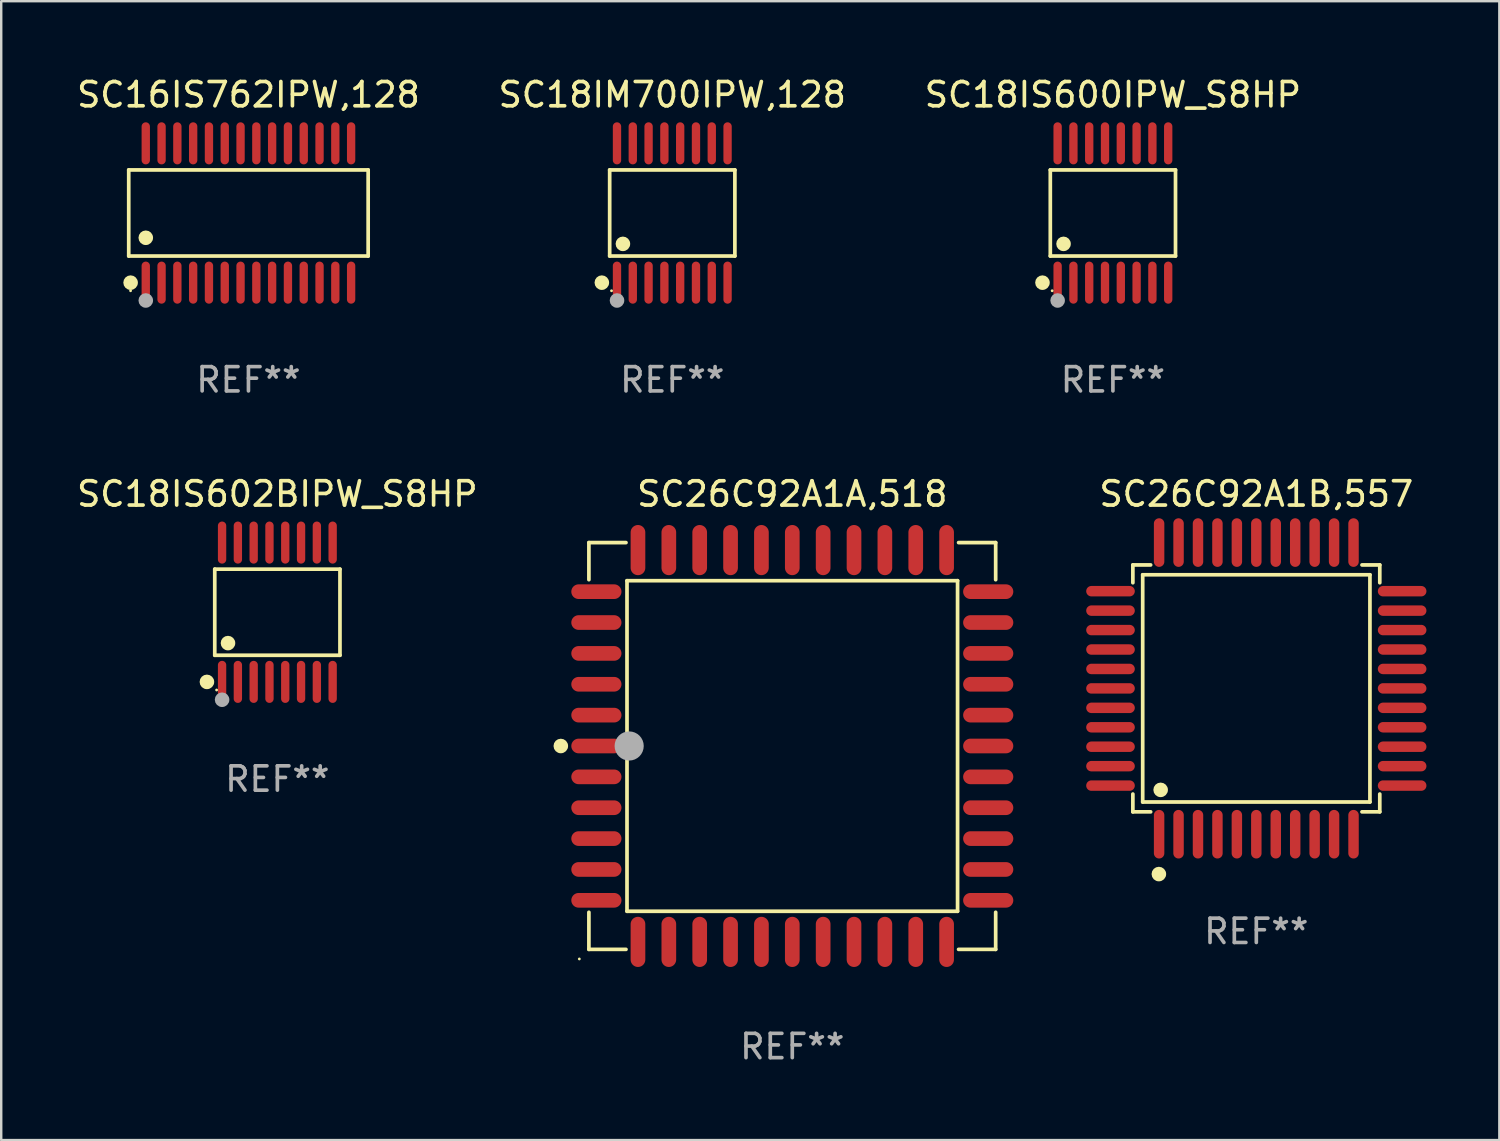
<source format=kicad_pcb>
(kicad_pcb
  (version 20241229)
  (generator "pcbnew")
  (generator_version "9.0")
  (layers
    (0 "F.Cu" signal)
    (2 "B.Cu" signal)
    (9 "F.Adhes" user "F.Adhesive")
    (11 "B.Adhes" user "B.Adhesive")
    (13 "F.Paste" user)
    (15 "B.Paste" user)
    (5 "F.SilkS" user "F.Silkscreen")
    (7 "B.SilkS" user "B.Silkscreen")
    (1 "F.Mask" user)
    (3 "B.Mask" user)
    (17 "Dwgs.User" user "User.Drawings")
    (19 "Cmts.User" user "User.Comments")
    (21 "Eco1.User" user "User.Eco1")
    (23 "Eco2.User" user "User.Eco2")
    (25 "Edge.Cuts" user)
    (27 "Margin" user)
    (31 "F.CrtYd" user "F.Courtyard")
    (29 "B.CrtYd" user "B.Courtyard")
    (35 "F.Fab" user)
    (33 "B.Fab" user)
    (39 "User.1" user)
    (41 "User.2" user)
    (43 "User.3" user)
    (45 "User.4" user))
  (footprint "SC26C92A1B,557"
    (layer "F.Cu")
    (at 48.645 25.276)
    (property "Reference" "SC26C92A1B,557" (at 0 -8 0) (layer "F.SilkS") (effects (font (size 1 1) (thickness 0.15))))
    (attr through_hole)
    (fp_line (start -5.08 -5.08) (end -4.348 -5.08) (stroke (width 0.152) (type solid)) (layer "F.SilkS"))
    (fp_line (start -5.08 -4.348) (end -5.08 -5.08) (stroke (width 0.152) (type solid)) (layer "F.SilkS"))
    (fp_line (start -5.08 4.348) (end -5.08 5.08) (stroke (width 0.152) (type solid)) (layer "F.SilkS"))
    (fp_line (start -5.08 5.08) (end -4.348 5.08) (stroke (width 0.152) (type solid)) (layer "F.SilkS"))
    (fp_line (start -4.675 -4.675) (end 4.675 -4.675) (stroke (width 0.152) (type solid)) (layer "F.SilkS"))
    (fp_line (start -4.675 4.675) (end -4.675 -4.675) (stroke (width 0.152) (type solid)) (layer "F.SilkS"))
    (fp_line (start 4.675 -4.675) (end 4.675 4.675) (stroke (width 0.152) (type solid)) (layer "F.SilkS"))
    (fp_line (start 4.675 4.675) (end -4.675 4.675) (stroke (width 0.152) (type solid)) (layer "F.SilkS"))
    (fp_line (start 5.08 -5.08) (end 4.348 -5.08) (stroke (width 0.152) (type solid)) (layer "F.SilkS"))
    (fp_line (start 5.08 -4.348) (end 5.08 -5.08) (stroke (width 0.152) (type solid)) (layer "F.SilkS"))
    (fp_line (start 5.08 4.348) (end 5.08 5.08) (stroke (width 0.152) (type solid)) (layer "F.SilkS"))
    (fp_line (start 5.08 5.08) (end 4.348 5.08) (stroke (width 0.152) (type solid)) (layer "F.SilkS"))
    (fp_circle (center -4.01 7.64) (end -3.86 7.64) (stroke (width 0.3) (type solid)) (fill no) (layer "F.SilkS"))
    (fp_circle (center -3.937 4.175) (end -3.787 4.175) (stroke (width 0.3) (type solid)) (fill no) (layer "F.SilkS"))
    (fp_text user "REF**" (at 0 10 0) (layer "F.Fab") (effects (font (size 1 1) (thickness 0.15))))
    (pad "1" smd oval (at -4 6) (size 0.43 2) (layers "F.Cu" "F.Mask" "F.Paste"))
    (pad "2" smd oval (at -3.2 6) (size 0.43 2) (layers "F.Cu" "F.Mask" "F.Paste"))
    (pad "3" smd oval (at -2.4 6) (size 0.43 2) (layers "F.Cu" "F.Mask" "F.Paste"))
    (pad "4" smd oval (at -1.6 6) (size 0.43 2) (layers "F.Cu" "F.Mask" "F.Paste"))
    (pad "5" smd oval (at -0.8 6) (size 0.43 2) (layers "F.Cu" "F.Mask" "F.Paste"))
    (pad "6" smd oval (at 0 6) (size 0.43 2) (layers "F.Cu" "F.Mask" "F.Paste"))
    (pad "7" smd oval (at 0.8 6) (size 0.43 2) (layers "F.Cu" "F.Mask" "F.Paste"))
    (pad "8" smd oval (at 1.6 6) (size 0.43 2) (layers "F.Cu" "F.Mask" "F.Paste"))
    (pad "9" smd oval (at 2.4 6) (size 0.43 2) (layers "F.Cu" "F.Mask" "F.Paste"))
    (pad "10" smd oval (at 3.2 6) (size 0.43 2) (layers "F.Cu" "F.Mask" "F.Paste"))
    (pad "11" smd oval (at 4 6) (size 0.43 2) (layers "F.Cu" "F.Mask" "F.Paste"))
    (pad "12" smd oval (at 6 4) (size 2 0.43) (layers "F.Cu" "F.Mask" "F.Paste"))
    (pad "13" smd oval (at 6 3.2) (size 2 0.43) (layers "F.Cu" "F.Mask" "F.Paste"))
    (pad "14" smd oval (at 6 2.4) (size 2 0.43) (layers "F.Cu" "F.Mask" "F.Paste"))
    (pad "15" smd oval (at 6 1.6) (size 2 0.43) (layers "F.Cu" "F.Mask" "F.Paste"))
    (pad "16" smd oval (at 6 0.8) (size 2 0.43) (layers "F.Cu" "F.Mask" "F.Paste"))
    (pad "17" smd oval (at 6 0) (size 2 0.43) (layers "F.Cu" "F.Mask" "F.Paste"))
    (pad "18" smd oval (at 6 -0.8) (size 2 0.43) (layers "F.Cu" "F.Mask" "F.Paste"))
    (pad "19" smd oval (at 6 -1.6) (size 2 0.43) (layers "F.Cu" "F.Mask" "F.Paste"))
    (pad "20" smd oval (at 6 -2.4) (size 2 0.43) (layers "F.Cu" "F.Mask" "F.Paste"))
    (pad "21" smd oval (at 6 -3.2) (size 2 0.43) (layers "F.Cu" "F.Mask" "F.Paste"))
    (pad "22" smd oval (at 6 -4) (size 2 0.43) (layers "F.Cu" "F.Mask" "F.Paste"))
    (pad "23" smd oval (at 4 -6) (size 0.43 2) (layers "F.Cu" "F.Mask" "F.Paste"))
    (pad "24" smd oval (at 3.2 -6) (size 0.43 2) (layers "F.Cu" "F.Mask" "F.Paste"))
    (pad "25" smd oval (at 2.4 -6) (size 0.43 2) (layers "F.Cu" "F.Mask" "F.Paste"))
    (pad "26" smd oval (at 1.6 -6) (size 0.43 2) (layers "F.Cu" "F.Mask" "F.Paste"))
    (pad "27" smd oval (at 0.8 -6) (size 0.43 2) (layers "F.Cu" "F.Mask" "F.Paste"))
    (pad "28" smd oval (at 0 -6) (size 0.43 2) (layers "F.Cu" "F.Mask" "F.Paste"))
    (pad "29" smd oval (at -0.8 -6) (size 0.43 2) (layers "F.Cu" "F.Mask" "F.Paste"))
    (pad "30" smd oval (at -1.6 -6) (size 0.43 2) (layers "F.Cu" "F.Mask" "F.Paste"))
    (pad "31" smd oval (at -2.4 -6) (size 0.43 2) (layers "F.Cu" "F.Mask" "F.Paste"))
    (pad "32" smd oval (at -3.2 -6) (size 0.43 2) (layers "F.Cu" "F.Mask" "F.Paste"))
    (pad "33" smd oval (at -4 -6) (size 0.43 2) (layers "F.Cu" "F.Mask" "F.Paste"))
    (pad "34" smd oval (at -6 -4) (size 2 0.43) (layers "F.Cu" "F.Mask" "F.Paste"))
    (pad "35" smd oval (at -6 -3.2) (size 2 0.43) (layers "F.Cu" "F.Mask" "F.Paste"))
    (pad "36" smd oval (at -6 -2.4) (size 2 0.43) (layers "F.Cu" "F.Mask" "F.Paste"))
    (pad "37" smd oval (at -6 -1.6) (size 2 0.43) (layers "F.Cu" "F.Mask" "F.Paste"))
    (pad "38" smd oval (at -6 -0.8) (size 2 0.43) (layers "F.Cu" "F.Mask" "F.Paste"))
    (pad "39" smd oval (at -6 0) (size 2 0.43) (layers "F.Cu" "F.Mask" "F.Paste"))
    (pad "40" smd oval (at -6 0.8) (size 2 0.43) (layers "F.Cu" "F.Mask" "F.Paste"))
    (pad "41" smd oval (at -6 1.6) (size 2 0.43) (layers "F.Cu" "F.Mask" "F.Paste"))
    (pad "42" smd oval (at -6 2.4) (size 2 0.43) (layers "F.Cu" "F.Mask" "F.Paste"))
    (pad "43" smd oval (at -6 3.2) (size 2 0.43) (layers "F.Cu" "F.Mask" "F.Paste"))
    (pad "44" smd oval (at -6 4) (size 2 0.43) (layers "F.Cu" "F.Mask" "F.Paste")))
  (footprint "SC18IS602BIPW_S8HP"
    (layer "F.Cu")
    (at 8.363 22.142)
    (property "Reference" "SC18IS602BIPW_S8HP" (at 0 -4.866 0) (layer "F.SilkS") (effects (font (size 1 1) (thickness 0.15))))
    (attr through_hole)
    (fp_line (start -2.576 -1.772) (end 2.576 -1.772) (stroke (width 0.152) (type solid)) (layer "F.SilkS"))
    (fp_line (start -2.576 1.771) (end -2.576 -1.772) (stroke (width 0.152) (type solid)) (layer "F.SilkS"))
    (fp_line (start 2.576 -1.772) (end 2.576 1.771) (stroke (width 0.152) (type solid)) (layer "F.SilkS"))
    (fp_line (start 2.576 1.771) (end -2.576 1.771) (stroke (width 0.152) (type solid)) (layer "F.SilkS"))
    (fp_circle (center -2.899 2.866) (end -2.749 2.866) (stroke (width 0.3) (type solid)) (fill no) (layer "F.SilkS"))
    (fp_circle (center -2.5 3.2) (end -2.47 3.2) (stroke (width 0.06) (type solid)) (fill no) (layer "F.SilkS"))
    (fp_circle (center -2.032 1.27) (end -1.882 1.27) (stroke (width 0.3) (type solid)) (fill no) (layer "F.SilkS"))
    (fp_circle (center -2.275 3.6) (end -2.125 3.6) (stroke (width 0.3) (type solid)) (fill no) (layer "F.Fab"))
    (fp_text user "REF**" (at 0 6.866 0) (layer "F.Fab") (effects (font (size 1 1) (thickness 0.15))))
    (pad "1" smd oval (at -2.275 2.866) (size 0.343 1.731) (layers "F.Cu" "F.Mask" "F.Paste"))
    (pad "2" smd oval (at -1.625 2.866) (size 0.343 1.731) (layers "F.Cu" "F.Mask" "F.Paste"))
    (pad "3" smd oval (at -0.975 2.866) (size 0.343 1.731) (layers "F.Cu" "F.Mask" "F.Paste"))
    (pad "4" smd oval (at -0.325 2.866) (size 0.343 1.731) (layers "F.Cu" "F.Mask" "F.Paste"))
    (pad "5" smd oval (at 0.325 2.866) (size 0.343 1.731) (layers "F.Cu" "F.Mask" "F.Paste"))
    (pad "6" smd oval (at 0.975 2.866) (size 0.343 1.731) (layers "F.Cu" "F.Mask" "F.Paste"))
    (pad "7" smd oval (at 1.625 2.866) (size 0.343 1.731) (layers "F.Cu" "F.Mask" "F.Paste"))
    (pad "8" smd oval (at 2.275 2.866) (size 0.343 1.731) (layers "F.Cu" "F.Mask" "F.Paste"))
    (pad "9" smd oval (at 2.275 -2.866) (size 0.343 1.731) (layers "F.Cu" "F.Mask" "F.Paste"))
    (pad "10" smd oval (at 1.625 -2.866) (size 0.343 1.731) (layers "F.Cu" "F.Mask" "F.Paste"))
    (pad "11" smd oval (at 0.975 -2.866) (size 0.343 1.731) (layers "F.Cu" "F.Mask" "F.Paste"))
    (pad "12" smd oval (at 0.325 -2.866) (size 0.343 1.731) (layers "F.Cu" "F.Mask" "F.Paste"))
    (pad "13" smd oval (at -0.325 -2.866) (size 0.343 1.731) (layers "F.Cu" "F.Mask" "F.Paste"))
    (pad "14" smd oval (at -0.975 -2.866) (size 0.343 1.731) (layers "F.Cu" "F.Mask" "F.Paste"))
    (pad "15" smd oval (at -1.625 -2.866) (size 0.343 1.731) (layers "F.Cu" "F.Mask" "F.Paste"))
    (pad "16" smd oval (at -2.275 -2.866) (size 0.343 1.731) (layers "F.Cu" "F.Mask" "F.Paste")))
  (footprint "SC26C92A1A,518"
    (layer "F.Cu")
    (at 29.551 27.646)
    (property "Reference" "SC26C92A1A,518" (at 0 -10.369 0) (layer "F.SilkS") (effects (font (size 1 1) (thickness 0.15))))
    (attr through_hole)
    (fp_line (start -8.369 -8.369) (end -6.843 -8.369) (stroke (width 0.152) (type solid)) (layer "F.SilkS"))
    (fp_line (start -8.369 -6.843) (end -8.369 -8.369) (stroke (width 0.152) (type solid)) (layer "F.SilkS"))
    (fp_line (start -8.369 6.843) (end -8.369 8.369) (stroke (width 0.152) (type solid)) (layer "F.SilkS"))
    (fp_line (start -8.369 8.369) (end -6.843 8.369) (stroke (width 0.152) (type solid)) (layer "F.SilkS"))
    (fp_line (start -6.801 -6.801) (end 6.801 -6.801) (stroke (width 0.152) (type solid)) (layer "F.SilkS"))
    (fp_line (start -6.801 6.801) (end -6.801 -6.801) (stroke (width 0.152) (type solid)) (layer "F.SilkS"))
    (fp_line (start 6.801 -6.801) (end 6.801 6.801) (stroke (width 0.152) (type solid)) (layer "F.SilkS"))
    (fp_line (start 6.801 6.801) (end -6.801 6.801) (stroke (width 0.152) (type solid)) (layer "F.SilkS"))
    (fp_line (start 8.369 -8.369) (end 6.843 -8.369) (stroke (width 0.152) (type solid)) (layer "F.SilkS"))
    (fp_line (start 8.369 -6.843) (end 8.369 -8.369) (stroke (width 0.152) (type solid)) (layer "F.SilkS"))
    (fp_line (start 8.369 6.843) (end 8.369 8.369) (stroke (width 0.152) (type solid)) (layer "F.SilkS"))
    (fp_line (start 8.369 8.369) (end 6.843 8.369) (stroke (width 0.152) (type solid)) (layer "F.SilkS"))
    (fp_circle (center -9.525 -0.000127) (end -9.375 -0.000127) (stroke (width 0.3) (type solid)) (fill no) (layer "F.SilkS"))
    (fp_circle (center -8.763 8.763) (end -8.733 8.763) (stroke (width 0.06) (type solid)) (fill no) (layer "F.SilkS"))
    (fp_circle (center -6.712 -0.000127) (end -6.412 -0.000127) (stroke (width 0.6) (type solid)) (fill no) (layer "F.Fab"))
    (fp_text user "REF**" (at 0 12.369 0) (layer "F.Fab") (effects (font (size 1 1) (thickness 0.15))))
    (pad "1" smd oval (at -8.061 -0.000127 90) (size 0.604 2.064) (layers "F.Cu" "F.Mask" "F.Paste"))
    (pad "2" smd oval (at -8.061 1.27 90) (size 0.604 2.064) (layers "F.Cu" "F.Mask" "F.Paste"))
    (pad "3" smd oval (at -8.061 2.54 90) (size 0.604 2.064) (layers "F.Cu" "F.Mask" "F.Paste"))
    (pad "4" smd oval (at -8.061 3.81 90) (size 0.604 2.064) (layers "F.Cu" "F.Mask" "F.Paste"))
    (pad "5" smd oval (at -8.061 5.08 90) (size 0.604 2.064) (layers "F.Cu" "F.Mask" "F.Paste"))
    (pad "6" smd oval (at -8.061 6.35 90) (size 0.604 2.064) (layers "F.Cu" "F.Mask" "F.Paste"))
    (pad "7" smd oval (at -6.35 8.061 90) (size 2.064 0.604) (layers "F.Cu" "F.Mask" "F.Paste"))
    (pad "8" smd oval (at -5.08 8.061 90) (size 2.064 0.604) (layers "F.Cu" "F.Mask" "F.Paste"))
    (pad "9" smd oval (at -3.81 8.061 90) (size 2.064 0.604) (layers "F.Cu" "F.Mask" "F.Paste"))
    (pad "10" smd oval (at -2.54 8.061 90) (size 2.064 0.604) (layers "F.Cu" "F.Mask" "F.Paste"))
    (pad "11" smd oval (at -1.27 8.061 90) (size 2.064 0.604) (layers "F.Cu" "F.Mask" "F.Paste"))
    (pad "12" smd oval (at 0.000076 8.061 90) (size 2.064 0.604) (layers "F.Cu" "F.Mask" "F.Paste"))
    (pad "13" smd oval (at 1.27 8.061 90) (size 2.064 0.604) (layers "F.Cu" "F.Mask" "F.Paste"))
    (pad "14" smd oval (at 2.54 8.061 90) (size 2.064 0.604) (layers "F.Cu" "F.Mask" "F.Paste"))
    (pad "15" smd oval (at 3.81 8.061 90) (size 2.064 0.604) (layers "F.Cu" "F.Mask" "F.Paste"))
    (pad "16" smd oval (at 5.08 8.061 90) (size 2.064 0.604) (layers "F.Cu" "F.Mask" "F.Paste"))
    (pad "17" smd oval (at 6.35 8.061 90) (size 2.064 0.604) (layers "F.Cu" "F.Mask" "F.Paste"))
    (pad "18" smd oval (at 8.062 6.35 90) (size 0.604 2.064) (layers "F.Cu" "F.Mask" "F.Paste"))
    (pad "19" smd oval (at 8.062 5.08 90) (size 0.604 2.064) (layers "F.Cu" "F.Mask" "F.Paste"))
    (pad "20" smd oval (at 8.062 3.81 90) (size 0.604 2.064) (layers "F.Cu" "F.Mask" "F.Paste"))
    (pad "21" smd oval (at 8.062 2.54 90) (size 0.604 2.064) (layers "F.Cu" "F.Mask" "F.Paste"))
    (pad "22" smd oval (at 8.062 1.27 90) (size 0.604 2.064) (layers "F.Cu" "F.Mask" "F.Paste"))
    (pad "23" smd oval (at 8.062 -0.000127 90) (size 0.604 2.064) (layers "F.Cu" "F.Mask" "F.Paste"))
    (pad "24" smd oval (at 8.062 -1.27 90) (size 0.604 2.064) (layers "F.Cu" "F.Mask" "F.Paste"))
    (pad "25" smd oval (at 8.062 -2.54 90) (size 0.604 2.064) (layers "F.Cu" "F.Mask" "F.Paste"))
    (pad "26" smd oval (at 8.062 -3.81 90) (size 0.604 2.064) (layers "F.Cu" "F.Mask" "F.Paste"))
    (pad "27" smd oval (at 8.062 -5.08 90) (size 0.604 2.064) (layers "F.Cu" "F.Mask" "F.Paste"))
    (pad "28" smd oval (at 8.062 -6.35 90) (size 0.604 2.064) (layers "F.Cu" "F.Mask" "F.Paste"))
    (pad "29" smd oval (at 6.35 -8.061 90) (size 2.064 0.604) (layers "F.Cu" "F.Mask" "F.Paste"))
    (pad "30" smd oval (at 5.08 -8.061 90) (size 2.064 0.604) (layers "F.Cu" "F.Mask" "F.Paste"))
    (pad "31" smd oval (at 3.81 -8.061 90) (size 2.064 0.604) (layers "F.Cu" "F.Mask" "F.Paste"))
    (pad "32" smd oval (at 2.54 -8.061 90) (size 2.064 0.604) (layers "F.Cu" "F.Mask" "F.Paste"))
    (pad "33" smd oval (at 1.27 -8.061 90) (size 2.064 0.604) (layers "F.Cu" "F.Mask" "F.Paste"))
    (pad "34" smd oval (at 0.000076 -8.061 90) (size 2.064 0.604) (layers "F.Cu" "F.Mask" "F.Paste"))
    (pad "35" smd oval (at -1.27 -8.061 90) (size 2.064 0.604) (layers "F.Cu" "F.Mask" "F.Paste"))
    (pad "36" smd oval (at -2.54 -8.061 90) (size 2.064 0.604) (layers "F.Cu" "F.Mask" "F.Paste"))
    (pad "37" smd oval (at -3.81 -8.061 90) (size 2.064 0.604) (layers "F.Cu" "F.Mask" "F.Paste"))
    (pad "38" smd oval (at -5.08 -8.061 90) (size 2.064 0.604) (layers "F.Cu" "F.Mask" "F.Paste"))
    (pad "39" smd oval (at -6.35 -8.061 90) (size 2.064 0.604) (layers "F.Cu" "F.Mask" "F.Paste"))
    (pad "40" smd oval (at -8.061 -6.35 90) (size 0.604 2.064) (layers "F.Cu" "F.Mask" "F.Paste"))
    (pad "41" smd oval (at -8.061 -5.08 90) (size 0.604 2.064) (layers "F.Cu" "F.Mask" "F.Paste"))
    (pad "42" smd oval (at -8.061 -3.81 90) (size 0.604 2.064) (layers "F.Cu" "F.Mask" "F.Paste"))
    (pad "43" smd oval (at -8.061 -2.54 90) (size 0.604 2.064) (layers "F.Cu" "F.Mask" "F.Paste"))
    (pad "44" smd oval (at -8.061 -1.27 90) (size 0.604 2.064) (layers "F.Cu" "F.Mask" "F.Paste")))
  (footprint "SC16IS762IPW,128"
    (layer "F.Cu")
    (at 7.173 5.714)
    (property "Reference" "SC16IS762IPW,128" (at 0 -4.866 0) (layer "F.SilkS") (effects (font (size 1 1) (thickness 0.15))))
    (attr through_hole)
    (fp_line (start -4.926 -1.772) (end 4.926 -1.772) (stroke (width 0.152) (type solid)) (layer "F.SilkS"))
    (fp_line (start -4.926 1.771) (end -4.926 -1.772) (stroke (width 0.152) (type solid)) (layer "F.SilkS"))
    (fp_line (start 4.926 -1.772) (end 4.926 1.771) (stroke (width 0.152) (type solid)) (layer "F.SilkS"))
    (fp_line (start 4.926 1.771) (end -4.926 1.771) (stroke (width 0.152) (type solid)) (layer "F.SilkS"))
    (fp_circle (center -4.85 3.2) (end -4.82 3.2) (stroke (width 0.06) (type solid)) (fill no) (layer "F.SilkS"))
    (fp_circle (center -4.849 2.866) (end -4.699 2.866) (stroke (width 0.3) (type solid)) (fill no) (layer "F.SilkS"))
    (fp_circle (center -4.225 1.019) (end -4.075 1.019) (stroke (width 0.3) (type solid)) (fill no) (layer "F.SilkS"))
    (fp_circle (center -4.225 3.6) (end -4.075 3.6) (stroke (width 0.3) (type solid)) (fill no) (layer "F.Fab"))
    (fp_text user "REF**" (at 0 6.866 0) (layer "F.Fab") (effects (font (size 1 1) (thickness 0.15))))
    (pad "1" smd oval (at -4.225 2.866) (size 0.343 1.731) (layers "F.Cu" "F.Mask" "F.Paste"))
    (pad "2" smd oval (at -3.575 2.866) (size 0.343 1.731) (layers "F.Cu" "F.Mask" "F.Paste"))
    (pad "3" smd oval (at -2.925 2.866) (size 0.343 1.731) (layers "F.Cu" "F.Mask" "F.Paste"))
    (pad "4" smd oval (at -2.275 2.866) (size 0.343 1.731) (layers "F.Cu" "F.Mask" "F.Paste"))
    (pad "5" smd oval (at -1.625 2.866) (size 0.343 1.731) (layers "F.Cu" "F.Mask" "F.Paste"))
    (pad "6" smd oval (at -0.975 2.866) (size 0.343 1.731) (layers "F.Cu" "F.Mask" "F.Paste"))
    (pad "7" smd oval (at -0.325 2.866) (size 0.343 1.731) (layers "F.Cu" "F.Mask" "F.Paste"))
    (pad "8" smd oval (at 0.325 2.866) (size 0.343 1.731) (layers "F.Cu" "F.Mask" "F.Paste"))
    (pad "9" smd oval (at 0.975 2.866) (size 0.343 1.731) (layers "F.Cu" "F.Mask" "F.Paste"))
    (pad "10" smd oval (at 1.625 2.866) (size 0.343 1.731) (layers "F.Cu" "F.Mask" "F.Paste"))
    (pad "11" smd oval (at 2.275 2.866) (size 0.343 1.731) (layers "F.Cu" "F.Mask" "F.Paste"))
    (pad "12" smd oval (at 2.925 2.866) (size 0.343 1.731) (layers "F.Cu" "F.Mask" "F.Paste"))
    (pad "13" smd oval (at 3.575 2.866) (size 0.343 1.731) (layers "F.Cu" "F.Mask" "F.Paste"))
    (pad "14" smd oval (at 4.225 2.866) (size 0.343 1.731) (layers "F.Cu" "F.Mask" "F.Paste"))
    (pad "15" smd oval (at 4.225 -2.866) (size 0.343 1.731) (layers "F.Cu" "F.Mask" "F.Paste"))
    (pad "16" smd oval (at 3.575 -2.866) (size 0.343 1.731) (layers "F.Cu" "F.Mask" "F.Paste"))
    (pad "17" smd oval (at 2.925 -2.866) (size 0.343 1.731) (layers "F.Cu" "F.Mask" "F.Paste"))
    (pad "18" smd oval (at 2.275 -2.866) (size 0.343 1.731) (layers "F.Cu" "F.Mask" "F.Paste"))
    (pad "19" smd oval (at 1.625 -2.866) (size 0.343 1.731) (layers "F.Cu" "F.Mask" "F.Paste"))
    (pad "20" smd oval (at 0.975 -2.866) (size 0.343 1.731) (layers "F.Cu" "F.Mask" "F.Paste"))
    (pad "21" smd oval (at 0.325 -2.866) (size 0.343 1.731) (layers "F.Cu" "F.Mask" "F.Paste"))
    (pad "22" smd oval (at -0.325 -2.866) (size 0.343 1.731) (layers "F.Cu" "F.Mask" "F.Paste"))
    (pad "23" smd oval (at -0.975 -2.866) (size 0.343 1.731) (layers "F.Cu" "F.Mask" "F.Paste"))
    (pad "24" smd oval (at -1.625 -2.866) (size 0.343 1.731) (layers "F.Cu" "F.Mask" "F.Paste"))
    (pad "25" smd oval (at -2.275 -2.866) (size 0.343 1.731) (layers "F.Cu" "F.Mask" "F.Paste"))
    (pad "26" smd oval (at -2.925 -2.866) (size 0.343 1.731) (layers "F.Cu" "F.Mask" "F.Paste"))
    (pad "27" smd oval (at -3.575 -2.866) (size 0.343 1.731) (layers "F.Cu" "F.Mask" "F.Paste"))
    (pad "28" smd oval (at -4.225 -2.866) (size 0.343 1.731) (layers "F.Cu" "F.Mask" "F.Paste")))
  (footprint "SC18IM700IPW,128"
    (layer "F.Cu")
    (at 24.613 5.714)
    (property "Reference" "SC18IM700IPW,128" (at 0 -4.866 0) (layer "F.SilkS") (effects (font (size 1 1) (thickness 0.15))))
    (attr through_hole)
    (fp_line (start -2.576 -1.772) (end 2.576 -1.772) (stroke (width 0.152) (type solid)) (layer "F.SilkS"))
    (fp_line (start -2.576 1.771) (end -2.576 -1.772) (stroke (width 0.152) (type solid)) (layer "F.SilkS"))
    (fp_line (start 2.576 -1.772) (end 2.576 1.771) (stroke (width 0.152) (type solid)) (layer "F.SilkS"))
    (fp_line (start 2.576 1.771) (end -2.576 1.771) (stroke (width 0.152) (type solid)) (layer "F.SilkS"))
    (fp_circle (center -2.899 2.866) (end -2.749 2.866) (stroke (width 0.3) (type solid)) (fill no) (layer "F.SilkS"))
    (fp_circle (center -2.5 3.2) (end -2.47 3.2) (stroke (width 0.06) (type solid)) (fill no) (layer "F.SilkS"))
    (fp_circle (center -2.032 1.27) (end -1.882 1.27) (stroke (width 0.3) (type solid)) (fill no) (layer "F.SilkS"))
    (fp_circle (center -2.275 3.6) (end -2.125 3.6) (stroke (width 0.3) (type solid)) (fill no) (layer "F.Fab"))
    (fp_text user "REF**" (at 0 6.866 0) (layer "F.Fab") (effects (font (size 1 1) (thickness 0.15))))
    (pad "1" smd oval (at -2.275 2.866) (size 0.343 1.731) (layers "F.Cu" "F.Mask" "F.Paste"))
    (pad "2" smd oval (at -1.625 2.866) (size 0.343 1.731) (layers "F.Cu" "F.Mask" "F.Paste"))
    (pad "3" smd oval (at -0.975 2.866) (size 0.343 1.731) (layers "F.Cu" "F.Mask" "F.Paste"))
    (pad "4" smd oval (at -0.325 2.866) (size 0.343 1.731) (layers "F.Cu" "F.Mask" "F.Paste"))
    (pad "5" smd oval (at 0.325 2.866) (size 0.343 1.731) (layers "F.Cu" "F.Mask" "F.Paste"))
    (pad "6" smd oval (at 0.975 2.866) (size 0.343 1.731) (layers "F.Cu" "F.Mask" "F.Paste"))
    (pad "7" smd oval (at 1.625 2.866) (size 0.343 1.731) (layers "F.Cu" "F.Mask" "F.Paste"))
    (pad "8" smd oval (at 2.275 2.866) (size 0.343 1.731) (layers "F.Cu" "F.Mask" "F.Paste"))
    (pad "9" smd oval (at 2.275 -2.866) (size 0.343 1.731) (layers "F.Cu" "F.Mask" "F.Paste"))
    (pad "10" smd oval (at 1.625 -2.866) (size 0.343 1.731) (layers "F.Cu" "F.Mask" "F.Paste"))
    (pad "11" smd oval (at 0.975 -2.866) (size 0.343 1.731) (layers "F.Cu" "F.Mask" "F.Paste"))
    (pad "12" smd oval (at 0.325 -2.866) (size 0.343 1.731) (layers "F.Cu" "F.Mask" "F.Paste"))
    (pad "13" smd oval (at -0.325 -2.866) (size 0.343 1.731) (layers "F.Cu" "F.Mask" "F.Paste"))
    (pad "14" smd oval (at -0.975 -2.866) (size 0.343 1.731) (layers "F.Cu" "F.Mask" "F.Paste"))
    (pad "15" smd oval (at -1.625 -2.866) (size 0.343 1.731) (layers "F.Cu" "F.Mask" "F.Paste"))
    (pad "16" smd oval (at -2.275 -2.866) (size 0.343 1.731) (layers "F.Cu" "F.Mask" "F.Paste")))
  (footprint "SC18IS600IPW_S8HP"
    (layer "F.Cu")
    (at 42.744 5.714)
    (property "Reference" "SC18IS600IPW_S8HP" (at 0 -4.866 0) (layer "F.SilkS") (effects (font (size 1 1) (thickness 0.15))))
    (attr through_hole)
    (fp_line (start -2.576 -1.772) (end 2.576 -1.772) (stroke (width 0.152) (type solid)) (layer "F.SilkS"))
    (fp_line (start -2.576 1.771) (end -2.576 -1.772) (stroke (width 0.152) (type solid)) (layer "F.SilkS"))
    (fp_line (start 2.576 -1.772) (end 2.576 1.771) (stroke (width 0.152) (type solid)) (layer "F.SilkS"))
    (fp_line (start 2.576 1.771) (end -2.576 1.771) (stroke (width 0.152) (type solid)) (layer "F.SilkS"))
    (fp_circle (center -2.899 2.866) (end -2.749 2.866) (stroke (width 0.3) (type solid)) (fill no) (layer "F.SilkS"))
    (fp_circle (center -2.5 3.2) (end -2.47 3.2) (stroke (width 0.06) (type solid)) (fill no) (layer "F.SilkS"))
    (fp_circle (center -2.032 1.27) (end -1.882 1.27) (stroke (width 0.3) (type solid)) (fill no) (layer "F.SilkS"))
    (fp_circle (center -2.275 3.6) (end -2.125 3.6) (stroke (width 0.3) (type solid)) (fill no) (layer "F.Fab"))
    (fp_text user "REF**" (at 0 6.866 0) (layer "F.Fab") (effects (font (size 1 1) (thickness 0.15))))
    (pad "1" smd oval (at -2.275 2.866) (size 0.343 1.731) (layers "F.Cu" "F.Mask" "F.Paste"))
    (pad "2" smd oval (at -1.625 2.866) (size 0.343 1.731) (layers "F.Cu" "F.Mask" "F.Paste"))
    (pad "3" smd oval (at -0.975 2.866) (size 0.343 1.731) (layers "F.Cu" "F.Mask" "F.Paste"))
    (pad "4" smd oval (at -0.325 2.866) (size 0.343 1.731) (layers "F.Cu" "F.Mask" "F.Paste"))
    (pad "5" smd oval (at 0.325 2.866) (size 0.343 1.731) (layers "F.Cu" "F.Mask" "F.Paste"))
    (pad "6" smd oval (at 0.975 2.866) (size 0.343 1.731) (layers "F.Cu" "F.Mask" "F.Paste"))
    (pad "7" smd oval (at 1.625 2.866) (size 0.343 1.731) (layers "F.Cu" "F.Mask" "F.Paste"))
    (pad "8" smd oval (at 2.275 2.866) (size 0.343 1.731) (layers "F.Cu" "F.Mask" "F.Paste"))
    (pad "9" smd oval (at 2.275 -2.866) (size 0.343 1.731) (layers "F.Cu" "F.Mask" "F.Paste"))
    (pad "10" smd oval (at 1.625 -2.866) (size 0.343 1.731) (layers "F.Cu" "F.Mask" "F.Paste"))
    (pad "11" smd oval (at 0.975 -2.866) (size 0.343 1.731) (layers "F.Cu" "F.Mask" "F.Paste"))
    (pad "12" smd oval (at 0.325 -2.866) (size 0.343 1.731) (layers "F.Cu" "F.Mask" "F.Paste"))
    (pad "13" smd oval (at -0.325 -2.866) (size 0.343 1.731) (layers "F.Cu" "F.Mask" "F.Paste"))
    (pad "14" smd oval (at -0.975 -2.866) (size 0.343 1.731) (layers "F.Cu" "F.Mask" "F.Paste"))
    (pad "15" smd oval (at -1.625 -2.866) (size 0.343 1.731) (layers "F.Cu" "F.Mask" "F.Paste"))
    (pad "16" smd oval (at -2.275 -2.866) (size 0.343 1.731) (layers "F.Cu" "F.Mask" "F.Paste")))
  (gr_rect
    (start -3 -3)
    (end 58.645 43.863)
    (stroke (width 0.1) (type default))
    (fill no)
    (layer "Edge.Cuts")))
</source>
